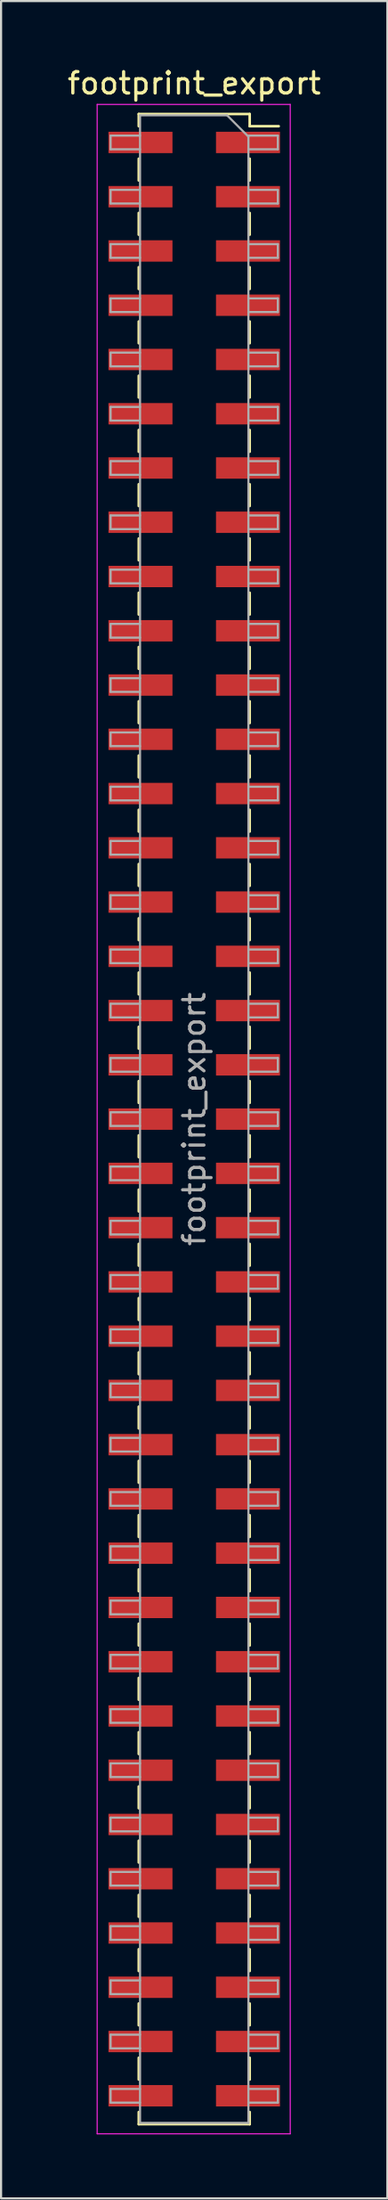
<source format=kicad_pcb>
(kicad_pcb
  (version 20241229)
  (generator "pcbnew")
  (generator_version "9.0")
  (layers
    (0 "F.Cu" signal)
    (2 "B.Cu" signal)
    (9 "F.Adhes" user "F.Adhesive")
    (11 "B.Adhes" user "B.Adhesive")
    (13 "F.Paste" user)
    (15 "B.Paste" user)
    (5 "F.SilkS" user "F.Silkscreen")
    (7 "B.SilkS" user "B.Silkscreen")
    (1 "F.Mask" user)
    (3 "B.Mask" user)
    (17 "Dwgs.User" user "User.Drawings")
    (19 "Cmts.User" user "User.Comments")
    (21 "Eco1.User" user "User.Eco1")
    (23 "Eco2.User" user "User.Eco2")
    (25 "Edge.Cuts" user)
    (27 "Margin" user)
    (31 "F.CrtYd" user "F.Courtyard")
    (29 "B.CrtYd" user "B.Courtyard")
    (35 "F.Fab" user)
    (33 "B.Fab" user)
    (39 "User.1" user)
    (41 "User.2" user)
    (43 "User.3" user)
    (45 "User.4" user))
  (footprint "footprint_export"
    (layer "F.Cu")
    (at 6.054 49.338)
    (property "Reference" "footprint_export" (at 0 -48.49 0) (layer "F.SilkS") (effects (font (size 1 1) (thickness 0.15))))
    (attr smd)
    (fp_line (start -2.6 -47.05) (end -2.6 -46.48) (stroke (width 0.12) (type solid)) (layer "F.SilkS"))
    (fp_line (start -2.6 -47.05) (end 2.6 -47.05) (stroke (width 0.12) (type solid)) (layer "F.SilkS"))
    (fp_line (start -2.6 -44.96) (end -2.6 -43.94) (stroke (width 0.12) (type solid)) (layer "F.SilkS"))
    (fp_line (start -2.6 -42.42) (end -2.6 -41.4) (stroke (width 0.12) (type solid)) (layer "F.SilkS"))
    (fp_line (start -2.6 -39.88) (end -2.6 -38.86) (stroke (width 0.12) (type solid)) (layer "F.SilkS"))
    (fp_line (start -2.6 -37.34) (end -2.6 -36.32) (stroke (width 0.12) (type solid)) (layer "F.SilkS"))
    (fp_line (start -2.6 -34.8) (end -2.6 -33.78) (stroke (width 0.12) (type solid)) (layer "F.SilkS"))
    (fp_line (start -2.6 -32.26) (end -2.6 -31.24) (stroke (width 0.12) (type solid)) (layer "F.SilkS"))
    (fp_line (start -2.6 -29.72) (end -2.6 -28.7) (stroke (width 0.12) (type solid)) (layer "F.SilkS"))
    (fp_line (start -2.6 -27.18) (end -2.6 -26.16) (stroke (width 0.12) (type solid)) (layer "F.SilkS"))
    (fp_line (start -2.6 -24.64) (end -2.6 -23.62) (stroke (width 0.12) (type solid)) (layer "F.SilkS"))
    (fp_line (start -2.6 -22.1) (end -2.6 -21.08) (stroke (width 0.12) (type solid)) (layer "F.SilkS"))
    (fp_line (start -2.6 -19.56) (end -2.6 -18.54) (stroke (width 0.12) (type solid)) (layer "F.SilkS"))
    (fp_line (start -2.6 -17.02) (end -2.6 -16) (stroke (width 0.12) (type solid)) (layer "F.SilkS"))
    (fp_line (start -2.6 -14.48) (end -2.6 -13.46) (stroke (width 0.12) (type solid)) (layer "F.SilkS"))
    (fp_line (start -2.6 -11.94) (end -2.6 -10.92) (stroke (width 0.12) (type solid)) (layer "F.SilkS"))
    (fp_line (start -2.6 -9.4) (end -2.6 -8.38) (stroke (width 0.12) (type solid)) (layer "F.SilkS"))
    (fp_line (start -2.6 -6.86) (end -2.6 -5.84) (stroke (width 0.12) (type solid)) (layer "F.SilkS"))
    (fp_line (start -2.6 -4.32) (end -2.6 -3.3) (stroke (width 0.12) (type solid)) (layer "F.SilkS"))
    (fp_line (start -2.6 -1.78) (end -2.6 -0.76) (stroke (width 0.12) (type solid)) (layer "F.SilkS"))
    (fp_line (start -2.6 0.76) (end -2.6 1.78) (stroke (width 0.12) (type solid)) (layer "F.SilkS"))
    (fp_line (start -2.6 3.3) (end -2.6 4.32) (stroke (width 0.12) (type solid)) (layer "F.SilkS"))
    (fp_line (start -2.6 5.84) (end -2.6 6.86) (stroke (width 0.12) (type solid)) (layer "F.SilkS"))
    (fp_line (start -2.6 8.38) (end -2.6 9.4) (stroke (width 0.12) (type solid)) (layer "F.SilkS"))
    (fp_line (start -2.6 10.92) (end -2.6 11.94) (stroke (width 0.12) (type solid)) (layer "F.SilkS"))
    (fp_line (start -2.6 13.46) (end -2.6 14.48) (stroke (width 0.12) (type solid)) (layer "F.SilkS"))
    (fp_line (start -2.6 16) (end -2.6 17.02) (stroke (width 0.12) (type solid)) (layer "F.SilkS"))
    (fp_line (start -2.6 18.54) (end -2.6 19.56) (stroke (width 0.12) (type solid)) (layer "F.SilkS"))
    (fp_line (start -2.6 21.08) (end -2.6 22.1) (stroke (width 0.12) (type solid)) (layer "F.SilkS"))
    (fp_line (start -2.6 23.62) (end -2.6 24.64) (stroke (width 0.12) (type solid)) (layer "F.SilkS"))
    (fp_line (start -2.6 26.16) (end -2.6 27.18) (stroke (width 0.12) (type solid)) (layer "F.SilkS"))
    (fp_line (start -2.6 28.7) (end -2.6 29.72) (stroke (width 0.12) (type solid)) (layer "F.SilkS"))
    (fp_line (start -2.6 31.24) (end -2.6 32.26) (stroke (width 0.12) (type solid)) (layer "F.SilkS"))
    (fp_line (start -2.6 33.78) (end -2.6 34.8) (stroke (width 0.12) (type solid)) (layer "F.SilkS"))
    (fp_line (start -2.6 36.32) (end -2.6 37.34) (stroke (width 0.12) (type solid)) (layer "F.SilkS"))
    (fp_line (start -2.6 38.86) (end -2.6 39.88) (stroke (width 0.12) (type solid)) (layer "F.SilkS"))
    (fp_line (start -2.6 41.4) (end -2.6 42.42) (stroke (width 0.12) (type solid)) (layer "F.SilkS"))
    (fp_line (start -2.6 43.94) (end -2.6 44.96) (stroke (width 0.12) (type solid)) (layer "F.SilkS"))
    (fp_line (start -2.6 46.48) (end -2.6 47.05) (stroke (width 0.12) (type solid)) (layer "F.SilkS"))
    (fp_line (start -2.6 47.05) (end 2.6 47.05) (stroke (width 0.12) (type solid)) (layer "F.SilkS"))
    (fp_line (start 2.6 -47.05) (end 2.6 -46.48) (stroke (width 0.12) (type solid)) (layer "F.SilkS"))
    (fp_line (start 2.6 -46.48) (end 3.96 -46.48) (stroke (width 0.12) (type solid)) (layer "F.SilkS"))
    (fp_line (start 2.6 -44.96) (end 2.6 -43.94) (stroke (width 0.12) (type solid)) (layer "F.SilkS"))
    (fp_line (start 2.6 -42.42) (end 2.6 -41.4) (stroke (width 0.12) (type solid)) (layer "F.SilkS"))
    (fp_line (start 2.6 -39.88) (end 2.6 -38.86) (stroke (width 0.12) (type solid)) (layer "F.SilkS"))
    (fp_line (start 2.6 -37.34) (end 2.6 -36.32) (stroke (width 0.12) (type solid)) (layer "F.SilkS"))
    (fp_line (start 2.6 -34.8) (end 2.6 -33.78) (stroke (width 0.12) (type solid)) (layer "F.SilkS"))
    (fp_line (start 2.6 -32.26) (end 2.6 -31.24) (stroke (width 0.12) (type solid)) (layer "F.SilkS"))
    (fp_line (start 2.6 -29.72) (end 2.6 -28.7) (stroke (width 0.12) (type solid)) (layer "F.SilkS"))
    (fp_line (start 2.6 -27.18) (end 2.6 -26.16) (stroke (width 0.12) (type solid)) (layer "F.SilkS"))
    (fp_line (start 2.6 -24.64) (end 2.6 -23.62) (stroke (width 0.12) (type solid)) (layer "F.SilkS"))
    (fp_line (start 2.6 -22.1) (end 2.6 -21.08) (stroke (width 0.12) (type solid)) (layer "F.SilkS"))
    (fp_line (start 2.6 -19.56) (end 2.6 -18.54) (stroke (width 0.12) (type solid)) (layer "F.SilkS"))
    (fp_line (start 2.6 -17.02) (end 2.6 -16) (stroke (width 0.12) (type solid)) (layer "F.SilkS"))
    (fp_line (start 2.6 -14.48) (end 2.6 -13.46) (stroke (width 0.12) (type solid)) (layer "F.SilkS"))
    (fp_line (start 2.6 -11.94) (end 2.6 -10.92) (stroke (width 0.12) (type solid)) (layer "F.SilkS"))
    (fp_line (start 2.6 -9.4) (end 2.6 -8.38) (stroke (width 0.12) (type solid)) (layer "F.SilkS"))
    (fp_line (start 2.6 -6.86) (end 2.6 -5.84) (stroke (width 0.12) (type solid)) (layer "F.SilkS"))
    (fp_line (start 2.6 -4.32) (end 2.6 -3.3) (stroke (width 0.12) (type solid)) (layer "F.SilkS"))
    (fp_line (start 2.6 -1.78) (end 2.6 -0.76) (stroke (width 0.12) (type solid)) (layer "F.SilkS"))
    (fp_line (start 2.6 0.76) (end 2.6 1.78) (stroke (width 0.12) (type solid)) (layer "F.SilkS"))
    (fp_line (start 2.6 3.3) (end 2.6 4.32) (stroke (width 0.12) (type solid)) (layer "F.SilkS"))
    (fp_line (start 2.6 5.84) (end 2.6 6.86) (stroke (width 0.12) (type solid)) (layer "F.SilkS"))
    (fp_line (start 2.6 8.38) (end 2.6 9.4) (stroke (width 0.12) (type solid)) (layer "F.SilkS"))
    (fp_line (start 2.6 10.92) (end 2.6 11.94) (stroke (width 0.12) (type solid)) (layer "F.SilkS"))
    (fp_line (start 2.6 13.46) (end 2.6 14.48) (stroke (width 0.12) (type solid)) (layer "F.SilkS"))
    (fp_line (start 2.6 16) (end 2.6 17.02) (stroke (width 0.12) (type solid)) (layer "F.SilkS"))
    (fp_line (start 2.6 18.54) (end 2.6 19.56) (stroke (width 0.12) (type solid)) (layer "F.SilkS"))
    (fp_line (start 2.6 21.08) (end 2.6 22.1) (stroke (width 0.12) (type solid)) (layer "F.SilkS"))
    (fp_line (start 2.6 23.62) (end 2.6 24.64) (stroke (width 0.12) (type solid)) (layer "F.SilkS"))
    (fp_line (start 2.6 26.16) (end 2.6 27.18) (stroke (width 0.12) (type solid)) (layer "F.SilkS"))
    (fp_line (start 2.6 28.7) (end 2.6 29.72) (stroke (width 0.12) (type solid)) (layer "F.SilkS"))
    (fp_line (start 2.6 31.24) (end 2.6 32.26) (stroke (width 0.12) (type solid)) (layer "F.SilkS"))
    (fp_line (start 2.6 33.78) (end 2.6 34.8) (stroke (width 0.12) (type solid)) (layer "F.SilkS"))
    (fp_line (start 2.6 36.32) (end 2.6 37.34) (stroke (width 0.12) (type solid)) (layer "F.SilkS"))
    (fp_line (start 2.6 38.86) (end 2.6 39.88) (stroke (width 0.12) (type solid)) (layer "F.SilkS"))
    (fp_line (start 2.6 41.4) (end 2.6 42.42) (stroke (width 0.12) (type solid)) (layer "F.SilkS"))
    (fp_line (start 2.6 43.94) (end 2.6 44.96) (stroke (width 0.12) (type solid)) (layer "F.SilkS"))
    (fp_line (start 2.6 46.48) (end 2.6 47.05) (stroke (width 0.12) (type solid)) (layer "F.SilkS"))
    (fp_line (start -4.55 -47.5) (end 4.5 -47.5) (stroke (width 0.05) (type solid)) (layer "F.CrtYd"))
    (fp_line (start -4.55 47.5) (end -4.55 -47.5) (stroke (width 0.05) (type solid)) (layer "F.CrtYd"))
    (fp_line (start 4.5 -47.5) (end 4.5 47.5) (stroke (width 0.05) (type solid)) (layer "F.CrtYd"))
    (fp_line (start 4.5 47.5) (end -4.55 47.5) (stroke (width 0.05) (type solid)) (layer "F.CrtYd"))
    (fp_line (start -3.92 -46.04) (end -2.54 -46.04) (stroke (width 0.1) (type solid)) (layer "F.Fab"))
    (fp_line (start -3.92 -45.4) (end -3.92 -46.04) (stroke (width 0.1) (type solid)) (layer "F.Fab"))
    (fp_line (start -3.92 -43.5) (end -2.54 -43.5) (stroke (width 0.1) (type solid)) (layer "F.Fab"))
    (fp_line (start -3.92 -42.86) (end -3.92 -43.5) (stroke (width 0.1) (type solid)) (layer "F.Fab"))
    (fp_line (start -3.92 -40.96) (end -2.54 -40.96) (stroke (width 0.1) (type solid)) (layer "F.Fab"))
    (fp_line (start -3.92 -40.32) (end -3.92 -40.96) (stroke (width 0.1) (type solid)) (layer "F.Fab"))
    (fp_line (start -3.92 -38.42) (end -2.54 -38.42) (stroke (width 0.1) (type solid)) (layer "F.Fab"))
    (fp_line (start -3.92 -37.78) (end -3.92 -38.42) (stroke (width 0.1) (type solid)) (layer "F.Fab"))
    (fp_line (start -3.92 -35.88) (end -2.54 -35.88) (stroke (width 0.1) (type solid)) (layer "F.Fab"))
    (fp_line (start -3.92 -35.24) (end -3.92 -35.88) (stroke (width 0.1) (type solid)) (layer "F.Fab"))
    (fp_line (start -3.92 -33.34) (end -2.54 -33.34) (stroke (width 0.1) (type solid)) (layer "F.Fab"))
    (fp_line (start -3.92 -32.7) (end -3.92 -33.34) (stroke (width 0.1) (type solid)) (layer "F.Fab"))
    (fp_line (start -3.92 -30.8) (end -2.54 -30.8) (stroke (width 0.1) (type solid)) (layer "F.Fab"))
    (fp_line (start -3.92 -30.16) (end -3.92 -30.8) (stroke (width 0.1) (type solid)) (layer "F.Fab"))
    (fp_line (start -3.92 -28.26) (end -2.54 -28.26) (stroke (width 0.1) (type solid)) (layer "F.Fab"))
    (fp_line (start -3.92 -27.62) (end -3.92 -28.26) (stroke (width 0.1) (type solid)) (layer "F.Fab"))
    (fp_line (start -3.92 -25.72) (end -2.54 -25.72) (stroke (width 0.1) (type solid)) (layer "F.Fab"))
    (fp_line (start -3.92 -25.08) (end -3.92 -25.72) (stroke (width 0.1) (type solid)) (layer "F.Fab"))
    (fp_line (start -3.92 -23.18) (end -2.54 -23.18) (stroke (width 0.1) (type solid)) (layer "F.Fab"))
    (fp_line (start -3.92 -22.54) (end -3.92 -23.18) (stroke (width 0.1) (type solid)) (layer "F.Fab"))
    (fp_line (start -3.92 -20.64) (end -2.54 -20.64) (stroke (width 0.1) (type solid)) (layer "F.Fab"))
    (fp_line (start -3.92 -20) (end -3.92 -20.64) (stroke (width 0.1) (type solid)) (layer "F.Fab"))
    (fp_line (start -3.92 -18.1) (end -2.54 -18.1) (stroke (width 0.1) (type solid)) (layer "F.Fab"))
    (fp_line (start -3.92 -17.46) (end -3.92 -18.1) (stroke (width 0.1) (type solid)) (layer "F.Fab"))
    (fp_line (start -3.92 -15.56) (end -2.54 -15.56) (stroke (width 0.1) (type solid)) (layer "F.Fab"))
    (fp_line (start -3.92 -14.92) (end -3.92 -15.56) (stroke (width 0.1) (type solid)) (layer "F.Fab"))
    (fp_line (start -3.92 -13.02) (end -2.54 -13.02) (stroke (width 0.1) (type solid)) (layer "F.Fab"))
    (fp_line (start -3.92 -12.38) (end -3.92 -13.02) (stroke (width 0.1) (type solid)) (layer "F.Fab"))
    (fp_line (start -3.92 -10.48) (end -2.54 -10.48) (stroke (width 0.1) (type solid)) (layer "F.Fab"))
    (fp_line (start -3.92 -9.84) (end -3.92 -10.48) (stroke (width 0.1) (type solid)) (layer "F.Fab"))
    (fp_line (start -3.92 -7.94) (end -2.54 -7.94) (stroke (width 0.1) (type solid)) (layer "F.Fab"))
    (fp_line (start -3.92 -7.3) (end -3.92 -7.94) (stroke (width 0.1) (type solid)) (layer "F.Fab"))
    (fp_line (start -3.92 -5.4) (end -2.54 -5.4) (stroke (width 0.1) (type solid)) (layer "F.Fab"))
    (fp_line (start -3.92 -4.76) (end -3.92 -5.4) (stroke (width 0.1) (type solid)) (layer "F.Fab"))
    (fp_line (start -3.92 -2.86) (end -2.54 -2.86) (stroke (width 0.1) (type solid)) (layer "F.Fab"))
    (fp_line (start -3.92 -2.22) (end -3.92 -2.86) (stroke (width 0.1) (type solid)) (layer "F.Fab"))
    (fp_line (start -3.92 -0.32) (end -2.54 -0.32) (stroke (width 0.1) (type solid)) (layer "F.Fab"))
    (fp_line (start -3.92 0.32) (end -3.92 -0.32) (stroke (width 0.1) (type solid)) (layer "F.Fab"))
    (fp_line (start -3.92 2.22) (end -2.54 2.22) (stroke (width 0.1) (type solid)) (layer "F.Fab"))
    (fp_line (start -3.92 2.86) (end -3.92 2.22) (stroke (width 0.1) (type solid)) (layer "F.Fab"))
    (fp_line (start -3.92 4.76) (end -2.54 4.76) (stroke (width 0.1) (type solid)) (layer "F.Fab"))
    (fp_line (start -3.92 5.4) (end -3.92 4.76) (stroke (width 0.1) (type solid)) (layer "F.Fab"))
    (fp_line (start -3.92 7.3) (end -2.54 7.3) (stroke (width 0.1) (type solid)) (layer "F.Fab"))
    (fp_line (start -3.92 7.94) (end -3.92 7.3) (stroke (width 0.1) (type solid)) (layer "F.Fab"))
    (fp_line (start -3.92 9.84) (end -2.54 9.84) (stroke (width 0.1) (type solid)) (layer "F.Fab"))
    (fp_line (start -3.92 10.48) (end -3.92 9.84) (stroke (width 0.1) (type solid)) (layer "F.Fab"))
    (fp_line (start -3.92 12.38) (end -2.54 12.38) (stroke (width 0.1) (type solid)) (layer "F.Fab"))
    (fp_line (start -3.92 13.02) (end -3.92 12.38) (stroke (width 0.1) (type solid)) (layer "F.Fab"))
    (fp_line (start -3.92 14.92) (end -2.54 14.92) (stroke (width 0.1) (type solid)) (layer "F.Fab"))
    (fp_line (start -3.92 15.56) (end -3.92 14.92) (stroke (width 0.1) (type solid)) (layer "F.Fab"))
    (fp_line (start -3.92 17.46) (end -2.54 17.46) (stroke (width 0.1) (type solid)) (layer "F.Fab"))
    (fp_line (start -3.92 18.1) (end -3.92 17.46) (stroke (width 0.1) (type solid)) (layer "F.Fab"))
    (fp_line (start -3.92 20) (end -2.54 20) (stroke (width 0.1) (type solid)) (layer "F.Fab"))
    (fp_line (start -3.92 20.64) (end -3.92 20) (stroke (width 0.1) (type solid)) (layer "F.Fab"))
    (fp_line (start -3.92 22.54) (end -2.54 22.54) (stroke (width 0.1) (type solid)) (layer "F.Fab"))
    (fp_line (start -3.92 23.18) (end -3.92 22.54) (stroke (width 0.1) (type solid)) (layer "F.Fab"))
    (fp_line (start -3.92 25.08) (end -2.54 25.08) (stroke (width 0.1) (type solid)) (layer "F.Fab"))
    (fp_line (start -3.92 25.72) (end -3.92 25.08) (stroke (width 0.1) (type solid)) (layer "F.Fab"))
    (fp_line (start -3.92 27.62) (end -2.54 27.62) (stroke (width 0.1) (type solid)) (layer "F.Fab"))
    (fp_line (start -3.92 28.26) (end -3.92 27.62) (stroke (width 0.1) (type solid)) (layer "F.Fab"))
    (fp_line (start -3.92 30.16) (end -2.54 30.16) (stroke (width 0.1) (type solid)) (layer "F.Fab"))
    (fp_line (start -3.92 30.8) (end -3.92 30.16) (stroke (width 0.1) (type solid)) (layer "F.Fab"))
    (fp_line (start -3.92 32.7) (end -2.54 32.7) (stroke (width 0.1) (type solid)) (layer "F.Fab"))
    (fp_line (start -3.92 33.34) (end -3.92 32.7) (stroke (width 0.1) (type solid)) (layer "F.Fab"))
    (fp_line (start -3.92 35.24) (end -2.54 35.24) (stroke (width 0.1) (type solid)) (layer "F.Fab"))
    (fp_line (start -3.92 35.88) (end -3.92 35.24) (stroke (width 0.1) (type solid)) (layer "F.Fab"))
    (fp_line (start -3.92 37.78) (end -2.54 37.78) (stroke (width 0.1) (type solid)) (layer "F.Fab"))
    (fp_line (start -3.92 38.42) (end -3.92 37.78) (stroke (width 0.1) (type solid)) (layer "F.Fab"))
    (fp_line (start -3.92 40.32) (end -2.54 40.32) (stroke (width 0.1) (type solid)) (layer "F.Fab"))
    (fp_line (start -3.92 40.96) (end -3.92 40.32) (stroke (width 0.1) (type solid)) (layer "F.Fab"))
    (fp_line (start -3.92 42.86) (end -2.54 42.86) (stroke (width 0.1) (type solid)) (layer "F.Fab"))
    (fp_line (start -3.92 43.5) (end -3.92 42.86) (stroke (width 0.1) (type solid)) (layer "F.Fab"))
    (fp_line (start -3.92 45.4) (end -2.54 45.4) (stroke (width 0.1) (type solid)) (layer "F.Fab"))
    (fp_line (start -3.92 46.04) (end -3.92 45.4) (stroke (width 0.1) (type solid)) (layer "F.Fab"))
    (fp_line (start -2.54 -46.99) (end 1.54 -46.99) (stroke (width 0.1) (type solid)) (layer "F.Fab"))
    (fp_line (start -2.54 -45.4) (end -3.92 -45.4) (stroke (width 0.1) (type solid)) (layer "F.Fab"))
    (fp_line (start -2.54 -42.86) (end -3.92 -42.86) (stroke (width 0.1) (type solid)) (layer "F.Fab"))
    (fp_line (start -2.54 -40.32) (end -3.92 -40.32) (stroke (width 0.1) (type solid)) (layer "F.Fab"))
    (fp_line (start -2.54 -37.78) (end -3.92 -37.78) (stroke (width 0.1) (type solid)) (layer "F.Fab"))
    (fp_line (start -2.54 -35.24) (end -3.92 -35.24) (stroke (width 0.1) (type solid)) (layer "F.Fab"))
    (fp_line (start -2.54 -32.7) (end -3.92 -32.7) (stroke (width 0.1) (type solid)) (layer "F.Fab"))
    (fp_line (start -2.54 -30.16) (end -3.92 -30.16) (stroke (width 0.1) (type solid)) (layer "F.Fab"))
    (fp_line (start -2.54 -27.62) (end -3.92 -27.62) (stroke (width 0.1) (type solid)) (layer "F.Fab"))
    (fp_line (start -2.54 -25.08) (end -3.92 -25.08) (stroke (width 0.1) (type solid)) (layer "F.Fab"))
    (fp_line (start -2.54 -22.54) (end -3.92 -22.54) (stroke (width 0.1) (type solid)) (layer "F.Fab"))
    (fp_line (start -2.54 -20) (end -3.92 -20) (stroke (width 0.1) (type solid)) (layer "F.Fab"))
    (fp_line (start -2.54 -17.46) (end -3.92 -17.46) (stroke (width 0.1) (type solid)) (layer "F.Fab"))
    (fp_line (start -2.54 -14.92) (end -3.92 -14.92) (stroke (width 0.1) (type solid)) (layer "F.Fab"))
    (fp_line (start -2.54 -12.38) (end -3.92 -12.38) (stroke (width 0.1) (type solid)) (layer "F.Fab"))
    (fp_line (start -2.54 -9.84) (end -3.92 -9.84) (stroke (width 0.1) (type solid)) (layer "F.Fab"))
    (fp_line (start -2.54 -7.3) (end -3.92 -7.3) (stroke (width 0.1) (type solid)) (layer "F.Fab"))
    (fp_line (start -2.54 -4.76) (end -3.92 -4.76) (stroke (width 0.1) (type solid)) (layer "F.Fab"))
    (fp_line (start -2.54 -2.22) (end -3.92 -2.22) (stroke (width 0.1) (type solid)) (layer "F.Fab"))
    (fp_line (start -2.54 0.32) (end -3.92 0.32) (stroke (width 0.1) (type solid)) (layer "F.Fab"))
    (fp_line (start -2.54 2.86) (end -3.92 2.86) (stroke (width 0.1) (type solid)) (layer "F.Fab"))
    (fp_line (start -2.54 5.4) (end -3.92 5.4) (stroke (width 0.1) (type solid)) (layer "F.Fab"))
    (fp_line (start -2.54 7.94) (end -3.92 7.94) (stroke (width 0.1) (type solid)) (layer "F.Fab"))
    (fp_line (start -2.54 10.48) (end -3.92 10.48) (stroke (width 0.1) (type solid)) (layer "F.Fab"))
    (fp_line (start -2.54 13.02) (end -3.92 13.02) (stroke (width 0.1) (type solid)) (layer "F.Fab"))
    (fp_line (start -2.54 15.56) (end -3.92 15.56) (stroke (width 0.1) (type solid)) (layer "F.Fab"))
    (fp_line (start -2.54 18.1) (end -3.92 18.1) (stroke (width 0.1) (type solid)) (layer "F.Fab"))
    (fp_line (start -2.54 20.64) (end -3.92 20.64) (stroke (width 0.1) (type solid)) (layer "F.Fab"))
    (fp_line (start -2.54 23.18) (end -3.92 23.18) (stroke (width 0.1) (type solid)) (layer "F.Fab"))
    (fp_line (start -2.54 25.72) (end -3.92 25.72) (stroke (width 0.1) (type solid)) (layer "F.Fab"))
    (fp_line (start -2.54 28.26) (end -3.92 28.26) (stroke (width 0.1) (type solid)) (layer "F.Fab"))
    (fp_line (start -2.54 30.8) (end -3.92 30.8) (stroke (width 0.1) (type solid)) (layer "F.Fab"))
    (fp_line (start -2.54 33.34) (end -3.92 33.34) (stroke (width 0.1) (type solid)) (layer "F.Fab"))
    (fp_line (start -2.54 35.88) (end -3.92 35.88) (stroke (width 0.1) (type solid)) (layer "F.Fab"))
    (fp_line (start -2.54 38.42) (end -3.92 38.42) (stroke (width 0.1) (type solid)) (layer "F.Fab"))
    (fp_line (start -2.54 40.96) (end -3.92 40.96) (stroke (width 0.1) (type solid)) (layer "F.Fab"))
    (fp_line (start -2.54 43.5) (end -3.92 43.5) (stroke (width 0.1) (type solid)) (layer "F.Fab"))
    (fp_line (start -2.54 46.04) (end -3.92 46.04) (stroke (width 0.1) (type solid)) (layer "F.Fab"))
    (fp_line (start -2.54 46.99) (end -2.54 -46.99) (stroke (width 0.1) (type solid)) (layer "F.Fab"))
    (fp_line (start 1.54 -46.99) (end 2.54 -45.99) (stroke (width 0.1) (type solid)) (layer "F.Fab"))
    (fp_line (start 2.54 -46.04) (end 3.92 -46.04) (stroke (width 0.1) (type solid)) (layer "F.Fab"))
    (fp_line (start 2.54 -45.99) (end 2.54 46.99) (stroke (width 0.1) (type solid)) (layer "F.Fab"))
    (fp_line (start 2.54 -43.5) (end 3.92 -43.5) (stroke (width 0.1) (type solid)) (layer "F.Fab"))
    (fp_line (start 2.54 -40.96) (end 3.92 -40.96) (stroke (width 0.1) (type solid)) (layer "F.Fab"))
    (fp_line (start 2.54 -38.42) (end 3.92 -38.42) (stroke (width 0.1) (type solid)) (layer "F.Fab"))
    (fp_line (start 2.54 -35.88) (end 3.92 -35.88) (stroke (width 0.1) (type solid)) (layer "F.Fab"))
    (fp_line (start 2.54 -33.34) (end 3.92 -33.34) (stroke (width 0.1) (type solid)) (layer "F.Fab"))
    (fp_line (start 2.54 -30.8) (end 3.92 -30.8) (stroke (width 0.1) (type solid)) (layer "F.Fab"))
    (fp_line (start 2.54 -28.26) (end 3.92 -28.26) (stroke (width 0.1) (type solid)) (layer "F.Fab"))
    (fp_line (start 2.54 -25.72) (end 3.92 -25.72) (stroke (width 0.1) (type solid)) (layer "F.Fab"))
    (fp_line (start 2.54 -23.18) (end 3.92 -23.18) (stroke (width 0.1) (type solid)) (layer "F.Fab"))
    (fp_line (start 2.54 -20.64) (end 3.92 -20.64) (stroke (width 0.1) (type solid)) (layer "F.Fab"))
    (fp_line (start 2.54 -18.1) (end 3.92 -18.1) (stroke (width 0.1) (type solid)) (layer "F.Fab"))
    (fp_line (start 2.54 -15.56) (end 3.92 -15.56) (stroke (width 0.1) (type solid)) (layer "F.Fab"))
    (fp_line (start 2.54 -13.02) (end 3.92 -13.02) (stroke (width 0.1) (type solid)) (layer "F.Fab"))
    (fp_line (start 2.54 -10.48) (end 3.92 -10.48) (stroke (width 0.1) (type solid)) (layer "F.Fab"))
    (fp_line (start 2.54 -7.94) (end 3.92 -7.94) (stroke (width 0.1) (type solid)) (layer "F.Fab"))
    (fp_line (start 2.54 -5.4) (end 3.92 -5.4) (stroke (width 0.1) (type solid)) (layer "F.Fab"))
    (fp_line (start 2.54 -2.86) (end 3.92 -2.86) (stroke (width 0.1) (type solid)) (layer "F.Fab"))
    (fp_line (start 2.54 -0.32) (end 3.92 -0.32) (stroke (width 0.1) (type solid)) (layer "F.Fab"))
    (fp_line (start 2.54 2.22) (end 3.92 2.22) (stroke (width 0.1) (type solid)) (layer "F.Fab"))
    (fp_line (start 2.54 4.76) (end 3.92 4.76) (stroke (width 0.1) (type solid)) (layer "F.Fab"))
    (fp_line (start 2.54 7.3) (end 3.92 7.3) (stroke (width 0.1) (type solid)) (layer "F.Fab"))
    (fp_line (start 2.54 9.84) (end 3.92 9.84) (stroke (width 0.1) (type solid)) (layer "F.Fab"))
    (fp_line (start 2.54 12.38) (end 3.92 12.38) (stroke (width 0.1) (type solid)) (layer "F.Fab"))
    (fp_line (start 2.54 14.92) (end 3.92 14.92) (stroke (width 0.1) (type solid)) (layer "F.Fab"))
    (fp_line (start 2.54 17.46) (end 3.92 17.46) (stroke (width 0.1) (type solid)) (layer "F.Fab"))
    (fp_line (start 2.54 20) (end 3.92 20) (stroke (width 0.1) (type solid)) (layer "F.Fab"))
    (fp_line (start 2.54 22.54) (end 3.92 22.54) (stroke (width 0.1) (type solid)) (layer "F.Fab"))
    (fp_line (start 2.54 25.08) (end 3.92 25.08) (stroke (width 0.1) (type solid)) (layer "F.Fab"))
    (fp_line (start 2.54 27.62) (end 3.92 27.62) (stroke (width 0.1) (type solid)) (layer "F.Fab"))
    (fp_line (start 2.54 30.16) (end 3.92 30.16) (stroke (width 0.1) (type solid)) (layer "F.Fab"))
    (fp_line (start 2.54 32.7) (end 3.92 32.7) (stroke (width 0.1) (type solid)) (layer "F.Fab"))
    (fp_line (start 2.54 35.24) (end 3.92 35.24) (stroke (width 0.1) (type solid)) (layer "F.Fab"))
    (fp_line (start 2.54 37.78) (end 3.92 37.78) (stroke (width 0.1) (type solid)) (layer "F.Fab"))
    (fp_line (start 2.54 40.32) (end 3.92 40.32) (stroke (width 0.1) (type solid)) (layer "F.Fab"))
    (fp_line (start 2.54 42.86) (end 3.92 42.86) (stroke (width 0.1) (type solid)) (layer "F.Fab"))
    (fp_line (start 2.54 45.4) (end 3.92 45.4) (stroke (width 0.1) (type solid)) (layer "F.Fab"))
    (fp_line (start 2.54 46.99) (end -2.54 46.99) (stroke (width 0.1) (type solid)) (layer "F.Fab"))
    (fp_line (start 3.92 -46.04) (end 3.92 -45.4) (stroke (width 0.1) (type solid)) (layer "F.Fab"))
    (fp_line (start 3.92 -45.4) (end 2.54 -45.4) (stroke (width 0.1) (type solid)) (layer "F.Fab"))
    (fp_line (start 3.92 -43.5) (end 3.92 -42.86) (stroke (width 0.1) (type solid)) (layer "F.Fab"))
    (fp_line (start 3.92 -42.86) (end 2.54 -42.86) (stroke (width 0.1) (type solid)) (layer "F.Fab"))
    (fp_line (start 3.92 -40.96) (end 3.92 -40.32) (stroke (width 0.1) (type solid)) (layer "F.Fab"))
    (fp_line (start 3.92 -40.32) (end 2.54 -40.32) (stroke (width 0.1) (type solid)) (layer "F.Fab"))
    (fp_line (start 3.92 -38.42) (end 3.92 -37.78) (stroke (width 0.1) (type solid)) (layer "F.Fab"))
    (fp_line (start 3.92 -37.78) (end 2.54 -37.78) (stroke (width 0.1) (type solid)) (layer "F.Fab"))
    (fp_line (start 3.92 -35.88) (end 3.92 -35.24) (stroke (width 0.1) (type solid)) (layer "F.Fab"))
    (fp_line (start 3.92 -35.24) (end 2.54 -35.24) (stroke (width 0.1) (type solid)) (layer "F.Fab"))
    (fp_line (start 3.92 -33.34) (end 3.92 -32.7) (stroke (width 0.1) (type solid)) (layer "F.Fab"))
    (fp_line (start 3.92 -32.7) (end 2.54 -32.7) (stroke (width 0.1) (type solid)) (layer "F.Fab"))
    (fp_line (start 3.92 -30.8) (end 3.92 -30.16) (stroke (width 0.1) (type solid)) (layer "F.Fab"))
    (fp_line (start 3.92 -30.16) (end 2.54 -30.16) (stroke (width 0.1) (type solid)) (layer "F.Fab"))
    (fp_line (start 3.92 -28.26) (end 3.92 -27.62) (stroke (width 0.1) (type solid)) (layer "F.Fab"))
    (fp_line (start 3.92 -27.62) (end 2.54 -27.62) (stroke (width 0.1) (type solid)) (layer "F.Fab"))
    (fp_line (start 3.92 -25.72) (end 3.92 -25.08) (stroke (width 0.1) (type solid)) (layer "F.Fab"))
    (fp_line (start 3.92 -25.08) (end 2.54 -25.08) (stroke (width 0.1) (type solid)) (layer "F.Fab"))
    (fp_line (start 3.92 -23.18) (end 3.92 -22.54) (stroke (width 0.1) (type solid)) (layer "F.Fab"))
    (fp_line (start 3.92 -22.54) (end 2.54 -22.54) (stroke (width 0.1) (type solid)) (layer "F.Fab"))
    (fp_line (start 3.92 -20.64) (end 3.92 -20) (stroke (width 0.1) (type solid)) (layer "F.Fab"))
    (fp_line (start 3.92 -20) (end 2.54 -20) (stroke (width 0.1) (type solid)) (layer "F.Fab"))
    (fp_line (start 3.92 -18.1) (end 3.92 -17.46) (stroke (width 0.1) (type solid)) (layer "F.Fab"))
    (fp_line (start 3.92 -17.46) (end 2.54 -17.46) (stroke (width 0.1) (type solid)) (layer "F.Fab"))
    (fp_line (start 3.92 -15.56) (end 3.92 -14.92) (stroke (width 0.1) (type solid)) (layer "F.Fab"))
    (fp_line (start 3.92 -14.92) (end 2.54 -14.92) (stroke (width 0.1) (type solid)) (layer "F.Fab"))
    (fp_line (start 3.92 -13.02) (end 3.92 -12.38) (stroke (width 0.1) (type solid)) (layer "F.Fab"))
    (fp_line (start 3.92 -12.38) (end 2.54 -12.38) (stroke (width 0.1) (type solid)) (layer "F.Fab"))
    (fp_line (start 3.92 -10.48) (end 3.92 -9.84) (stroke (width 0.1) (type solid)) (layer "F.Fab"))
    (fp_line (start 3.92 -9.84) (end 2.54 -9.84) (stroke (width 0.1) (type solid)) (layer "F.Fab"))
    (fp_line (start 3.92 -7.94) (end 3.92 -7.3) (stroke (width 0.1) (type solid)) (layer "F.Fab"))
    (fp_line (start 3.92 -7.3) (end 2.54 -7.3) (stroke (width 0.1) (type solid)) (layer "F.Fab"))
    (fp_line (start 3.92 -5.4) (end 3.92 -4.76) (stroke (width 0.1) (type solid)) (layer "F.Fab"))
    (fp_line (start 3.92 -4.76) (end 2.54 -4.76) (stroke (width 0.1) (type solid)) (layer "F.Fab"))
    (fp_line (start 3.92 -2.86) (end 3.92 -2.22) (stroke (width 0.1) (type solid)) (layer "F.Fab"))
    (fp_line (start 3.92 -2.22) (end 2.54 -2.22) (stroke (width 0.1) (type solid)) (layer "F.Fab"))
    (fp_line (start 3.92 -0.32) (end 3.92 0.32) (stroke (width 0.1) (type solid)) (layer "F.Fab"))
    (fp_line (start 3.92 0.32) (end 2.54 0.32) (stroke (width 0.1) (type solid)) (layer "F.Fab"))
    (fp_line (start 3.92 2.22) (end 3.92 2.86) (stroke (width 0.1) (type solid)) (layer "F.Fab"))
    (fp_line (start 3.92 2.86) (end 2.54 2.86) (stroke (width 0.1) (type solid)) (layer "F.Fab"))
    (fp_line (start 3.92 4.76) (end 3.92 5.4) (stroke (width 0.1) (type solid)) (layer "F.Fab"))
    (fp_line (start 3.92 5.4) (end 2.54 5.4) (stroke (width 0.1) (type solid)) (layer "F.Fab"))
    (fp_line (start 3.92 7.3) (end 3.92 7.94) (stroke (width 0.1) (type solid)) (layer "F.Fab"))
    (fp_line (start 3.92 7.94) (end 2.54 7.94) (stroke (width 0.1) (type solid)) (layer "F.Fab"))
    (fp_line (start 3.92 9.84) (end 3.92 10.48) (stroke (width 0.1) (type solid)) (layer "F.Fab"))
    (fp_line (start 3.92 10.48) (end 2.54 10.48) (stroke (width 0.1) (type solid)) (layer "F.Fab"))
    (fp_line (start 3.92 12.38) (end 3.92 13.02) (stroke (width 0.1) (type solid)) (layer "F.Fab"))
    (fp_line (start 3.92 13.02) (end 2.54 13.02) (stroke (width 0.1) (type solid)) (layer "F.Fab"))
    (fp_line (start 3.92 14.92) (end 3.92 15.56) (stroke (width 0.1) (type solid)) (layer "F.Fab"))
    (fp_line (start 3.92 15.56) (end 2.54 15.56) (stroke (width 0.1) (type solid)) (layer "F.Fab"))
    (fp_line (start 3.92 17.46) (end 3.92 18.1) (stroke (width 0.1) (type solid)) (layer "F.Fab"))
    (fp_line (start 3.92 18.1) (end 2.54 18.1) (stroke (width 0.1) (type solid)) (layer "F.Fab"))
    (fp_line (start 3.92 20) (end 3.92 20.64) (stroke (width 0.1) (type solid)) (layer "F.Fab"))
    (fp_line (start 3.92 20.64) (end 2.54 20.64) (stroke (width 0.1) (type solid)) (layer "F.Fab"))
    (fp_line (start 3.92 22.54) (end 3.92 23.18) (stroke (width 0.1) (type solid)) (layer "F.Fab"))
    (fp_line (start 3.92 23.18) (end 2.54 23.18) (stroke (width 0.1) (type solid)) (layer "F.Fab"))
    (fp_line (start 3.92 25.08) (end 3.92 25.72) (stroke (width 0.1) (type solid)) (layer "F.Fab"))
    (fp_line (start 3.92 25.72) (end 2.54 25.72) (stroke (width 0.1) (type solid)) (layer "F.Fab"))
    (fp_line (start 3.92 27.62) (end 3.92 28.26) (stroke (width 0.1) (type solid)) (layer "F.Fab"))
    (fp_line (start 3.92 28.26) (end 2.54 28.26) (stroke (width 0.1) (type solid)) (layer "F.Fab"))
    (fp_line (start 3.92 30.16) (end 3.92 30.8) (stroke (width 0.1) (type solid)) (layer "F.Fab"))
    (fp_line (start 3.92 30.8) (end 2.54 30.8) (stroke (width 0.1) (type solid)) (layer "F.Fab"))
    (fp_line (start 3.92 32.7) (end 3.92 33.34) (stroke (width 0.1) (type solid)) (layer "F.Fab"))
    (fp_line (start 3.92 33.34) (end 2.54 33.34) (stroke (width 0.1) (type solid)) (layer "F.Fab"))
    (fp_line (start 3.92 35.24) (end 3.92 35.88) (stroke (width 0.1) (type solid)) (layer "F.Fab"))
    (fp_line (start 3.92 35.88) (end 2.54 35.88) (stroke (width 0.1) (type solid)) (layer "F.Fab"))
    (fp_line (start 3.92 37.78) (end 3.92 38.42) (stroke (width 0.1) (type solid)) (layer "F.Fab"))
    (fp_line (start 3.92 38.42) (end 2.54 38.42) (stroke (width 0.1) (type solid)) (layer "F.Fab"))
    (fp_line (start 3.92 40.32) (end 3.92 40.96) (stroke (width 0.1) (type solid)) (layer "F.Fab"))
    (fp_line (start 3.92 40.96) (end 2.54 40.96) (stroke (width 0.1) (type solid)) (layer "F.Fab"))
    (fp_line (start 3.92 42.86) (end 3.92 43.5) (stroke (width 0.1) (type solid)) (layer "F.Fab"))
    (fp_line (start 3.92 43.5) (end 2.54 43.5) (stroke (width 0.1) (type solid)) (layer "F.Fab"))
    (fp_line (start 3.92 45.4) (end 3.92 46.04) (stroke (width 0.1) (type solid)) (layer "F.Fab"))
    (fp_line (start 3.92 46.04) (end 2.54 46.04) (stroke (width 0.1) (type solid)) (layer "F.Fab"))
    (fp_text user "${REFERENCE}" (at 0 0 90) (layer "F.Fab") (effects (font (size 1 1) (thickness 0.15))))
    (pad "1" smd rect (at 2.52 -45.72) (size 3 1) (layers "F.Cu" "F.Mask" "F.Paste"))
    (pad "2" smd rect (at -2.52 -45.72) (size 3 1) (layers "F.Cu" "F.Mask" "F.Paste"))
    (pad "3" smd rect (at 2.52 -43.18) (size 3 1) (layers "F.Cu" "F.Mask" "F.Paste"))
    (pad "4" smd rect (at -2.52 -43.18) (size 3 1) (layers "F.Cu" "F.Mask" "F.Paste"))
    (pad "5" smd rect (at 2.52 -40.64) (size 3 1) (layers "F.Cu" "F.Mask" "F.Paste"))
    (pad "6" smd rect (at -2.52 -40.64) (size 3 1) (layers "F.Cu" "F.Mask" "F.Paste"))
    (pad "7" smd rect (at 2.52 -38.1) (size 3 1) (layers "F.Cu" "F.Mask" "F.Paste"))
    (pad "8" smd rect (at -2.52 -38.1) (size 3 1) (layers "F.Cu" "F.Mask" "F.Paste"))
    (pad "9" smd rect (at 2.52 -35.56) (size 3 1) (layers "F.Cu" "F.Mask" "F.Paste"))
    (pad "10" smd rect (at -2.52 -35.56) (size 3 1) (layers "F.Cu" "F.Mask" "F.Paste"))
    (pad "11" smd rect (at 2.52 -33.02) (size 3 1) (layers "F.Cu" "F.Mask" "F.Paste"))
    (pad "12" smd rect (at -2.52 -33.02) (size 3 1) (layers "F.Cu" "F.Mask" "F.Paste"))
    (pad "13" smd rect (at 2.52 -30.48) (size 3 1) (layers "F.Cu" "F.Mask" "F.Paste"))
    (pad "14" smd rect (at -2.52 -30.48) (size 3 1) (layers "F.Cu" "F.Mask" "F.Paste"))
    (pad "15" smd rect (at 2.52 -27.94) (size 3 1) (layers "F.Cu" "F.Mask" "F.Paste"))
    (pad "16" smd rect (at -2.52 -27.94) (size 3 1) (layers "F.Cu" "F.Mask" "F.Paste"))
    (pad "17" smd rect (at 2.52 -25.4) (size 3 1) (layers "F.Cu" "F.Mask" "F.Paste"))
    (pad "18" smd rect (at -2.52 -25.4) (size 3 1) (layers "F.Cu" "F.Mask" "F.Paste"))
    (pad "19" smd rect (at 2.52 -22.86) (size 3 1) (layers "F.Cu" "F.Mask" "F.Paste"))
    (pad "20" smd rect (at -2.52 -22.86) (size 3 1) (layers "F.Cu" "F.Mask" "F.Paste"))
    (pad "21" smd rect (at 2.52 -20.32) (size 3 1) (layers "F.Cu" "F.Mask" "F.Paste"))
    (pad "22" smd rect (at -2.52 -20.32) (size 3 1) (layers "F.Cu" "F.Mask" "F.Paste"))
    (pad "23" smd rect (at 2.52 -17.78) (size 3 1) (layers "F.Cu" "F.Mask" "F.Paste"))
    (pad "24" smd rect (at -2.52 -17.78) (size 3 1) (layers "F.Cu" "F.Mask" "F.Paste"))
    (pad "25" smd rect (at 2.52 -15.24) (size 3 1) (layers "F.Cu" "F.Mask" "F.Paste"))
    (pad "26" smd rect (at -2.52 -15.24) (size 3 1) (layers "F.Cu" "F.Mask" "F.Paste"))
    (pad "27" smd rect (at 2.52 -12.7) (size 3 1) (layers "F.Cu" "F.Mask" "F.Paste"))
    (pad "28" smd rect (at -2.52 -12.7) (size 3 1) (layers "F.Cu" "F.Mask" "F.Paste"))
    (pad "29" smd rect (at 2.52 -10.16) (size 3 1) (layers "F.Cu" "F.Mask" "F.Paste"))
    (pad "30" smd rect (at -2.52 -10.16) (size 3 1) (layers "F.Cu" "F.Mask" "F.Paste"))
    (pad "31" smd rect (at 2.52 -7.62) (size 3 1) (layers "F.Cu" "F.Mask" "F.Paste"))
    (pad "32" smd rect (at -2.52 -7.62) (size 3 1) (layers "F.Cu" "F.Mask" "F.Paste"))
    (pad "33" smd rect (at 2.52 -5.08) (size 3 1) (layers "F.Cu" "F.Mask" "F.Paste"))
    (pad "34" smd rect (at -2.52 -5.08) (size 3 1) (layers "F.Cu" "F.Mask" "F.Paste"))
    (pad "35" smd rect (at 2.52 -2.54) (size 3 1) (layers "F.Cu" "F.Mask" "F.Paste"))
    (pad "36" smd rect (at -2.52 -2.54) (size 3 1) (layers "F.Cu" "F.Mask" "F.Paste"))
    (pad "37" smd rect (at 2.52 0) (size 3 1) (layers "F.Cu" "F.Mask" "F.Paste"))
    (pad "38" smd rect (at -2.52 0) (size 3 1) (layers "F.Cu" "F.Mask" "F.Paste"))
    (pad "39" smd rect (at 2.52 2.54) (size 3 1) (layers "F.Cu" "F.Mask" "F.Paste"))
    (pad "40" smd rect (at -2.52 2.54) (size 3 1) (layers "F.Cu" "F.Mask" "F.Paste"))
    (pad "41" smd rect (at 2.52 5.08) (size 3 1) (layers "F.Cu" "F.Mask" "F.Paste"))
    (pad "42" smd rect (at -2.52 5.08) (size 3 1) (layers "F.Cu" "F.Mask" "F.Paste"))
    (pad "43" smd rect (at 2.52 7.62) (size 3 1) (layers "F.Cu" "F.Mask" "F.Paste"))
    (pad "44" smd rect (at -2.52 7.62) (size 3 1) (layers "F.Cu" "F.Mask" "F.Paste"))
    (pad "45" smd rect (at 2.52 10.16) (size 3 1) (layers "F.Cu" "F.Mask" "F.Paste"))
    (pad "46" smd rect (at -2.52 10.16) (size 3 1) (layers "F.Cu" "F.Mask" "F.Paste"))
    (pad "47" smd rect (at 2.52 12.7) (size 3 1) (layers "F.Cu" "F.Mask" "F.Paste"))
    (pad "48" smd rect (at -2.52 12.7) (size 3 1) (layers "F.Cu" "F.Mask" "F.Paste"))
    (pad "49" smd rect (at 2.52 15.24) (size 3 1) (layers "F.Cu" "F.Mask" "F.Paste"))
    (pad "50" smd rect (at -2.52 15.24) (size 3 1) (layers "F.Cu" "F.Mask" "F.Paste"))
    (pad "51" smd rect (at 2.52 17.78) (size 3 1) (layers "F.Cu" "F.Mask" "F.Paste"))
    (pad "52" smd rect (at -2.52 17.78) (size 3 1) (layers "F.Cu" "F.Mask" "F.Paste"))
    (pad "53" smd rect (at 2.52 20.32) (size 3 1) (layers "F.Cu" "F.Mask" "F.Paste"))
    (pad "54" smd rect (at -2.52 20.32) (size 3 1) (layers "F.Cu" "F.Mask" "F.Paste"))
    (pad "55" smd rect (at 2.52 22.86) (size 3 1) (layers "F.Cu" "F.Mask" "F.Paste"))
    (pad "56" smd rect (at -2.52 22.86) (size 3 1) (layers "F.Cu" "F.Mask" "F.Paste"))
    (pad "57" smd rect (at 2.52 25.4) (size 3 1) (layers "F.Cu" "F.Mask" "F.Paste"))
    (pad "58" smd rect (at -2.52 25.4) (size 3 1) (layers "F.Cu" "F.Mask" "F.Paste"))
    (pad "59" smd rect (at 2.52 27.94) (size 3 1) (layers "F.Cu" "F.Mask" "F.Paste"))
    (pad "60" smd rect (at -2.52 27.94) (size 3 1) (layers "F.Cu" "F.Mask" "F.Paste"))
    (pad "61" smd rect (at 2.52 30.48) (size 3 1) (layers "F.Cu" "F.Mask" "F.Paste"))
    (pad "62" smd rect (at -2.52 30.48) (size 3 1) (layers "F.Cu" "F.Mask" "F.Paste"))
    (pad "63" smd rect (at 2.52 33.02) (size 3 1) (layers "F.Cu" "F.Mask" "F.Paste"))
    (pad "64" smd rect (at -2.52 33.02) (size 3 1) (layers "F.Cu" "F.Mask" "F.Paste"))
    (pad "65" smd rect (at 2.52 35.56) (size 3 1) (layers "F.Cu" "F.Mask" "F.Paste"))
    (pad "66" smd rect (at -2.52 35.56) (size 3 1) (layers "F.Cu" "F.Mask" "F.Paste"))
    (pad "67" smd rect (at 2.52 38.1) (size 3 1) (layers "F.Cu" "F.Mask" "F.Paste"))
    (pad "68" smd rect (at -2.52 38.1) (size 3 1) (layers "F.Cu" "F.Mask" "F.Paste"))
    (pad "69" smd rect (at 2.52 40.64) (size 3 1) (layers "F.Cu" "F.Mask" "F.Paste"))
    (pad "70" smd rect (at -2.52 40.64) (size 3 1) (layers "F.Cu" "F.Mask" "F.Paste"))
    (pad "71" smd rect (at 2.52 43.18) (size 3 1) (layers "F.Cu" "F.Mask" "F.Paste"))
    (pad "72" smd rect (at -2.52 43.18) (size 3 1) (layers "F.Cu" "F.Mask" "F.Paste"))
    (pad "73" smd rect (at 2.52 45.72) (size 3 1) (layers "F.Cu" "F.Mask" "F.Paste"))
    (pad "74" smd rect (at -2.52 45.72) (size 3 1) (layers "F.Cu" "F.Mask" "F.Paste")))
  (gr_rect
    (start -3 -3)
    (end 15.107 99.863)
    (stroke (width 0.1) (type default))
    (fill no)
    (layer "Edge.Cuts")))
</source>
